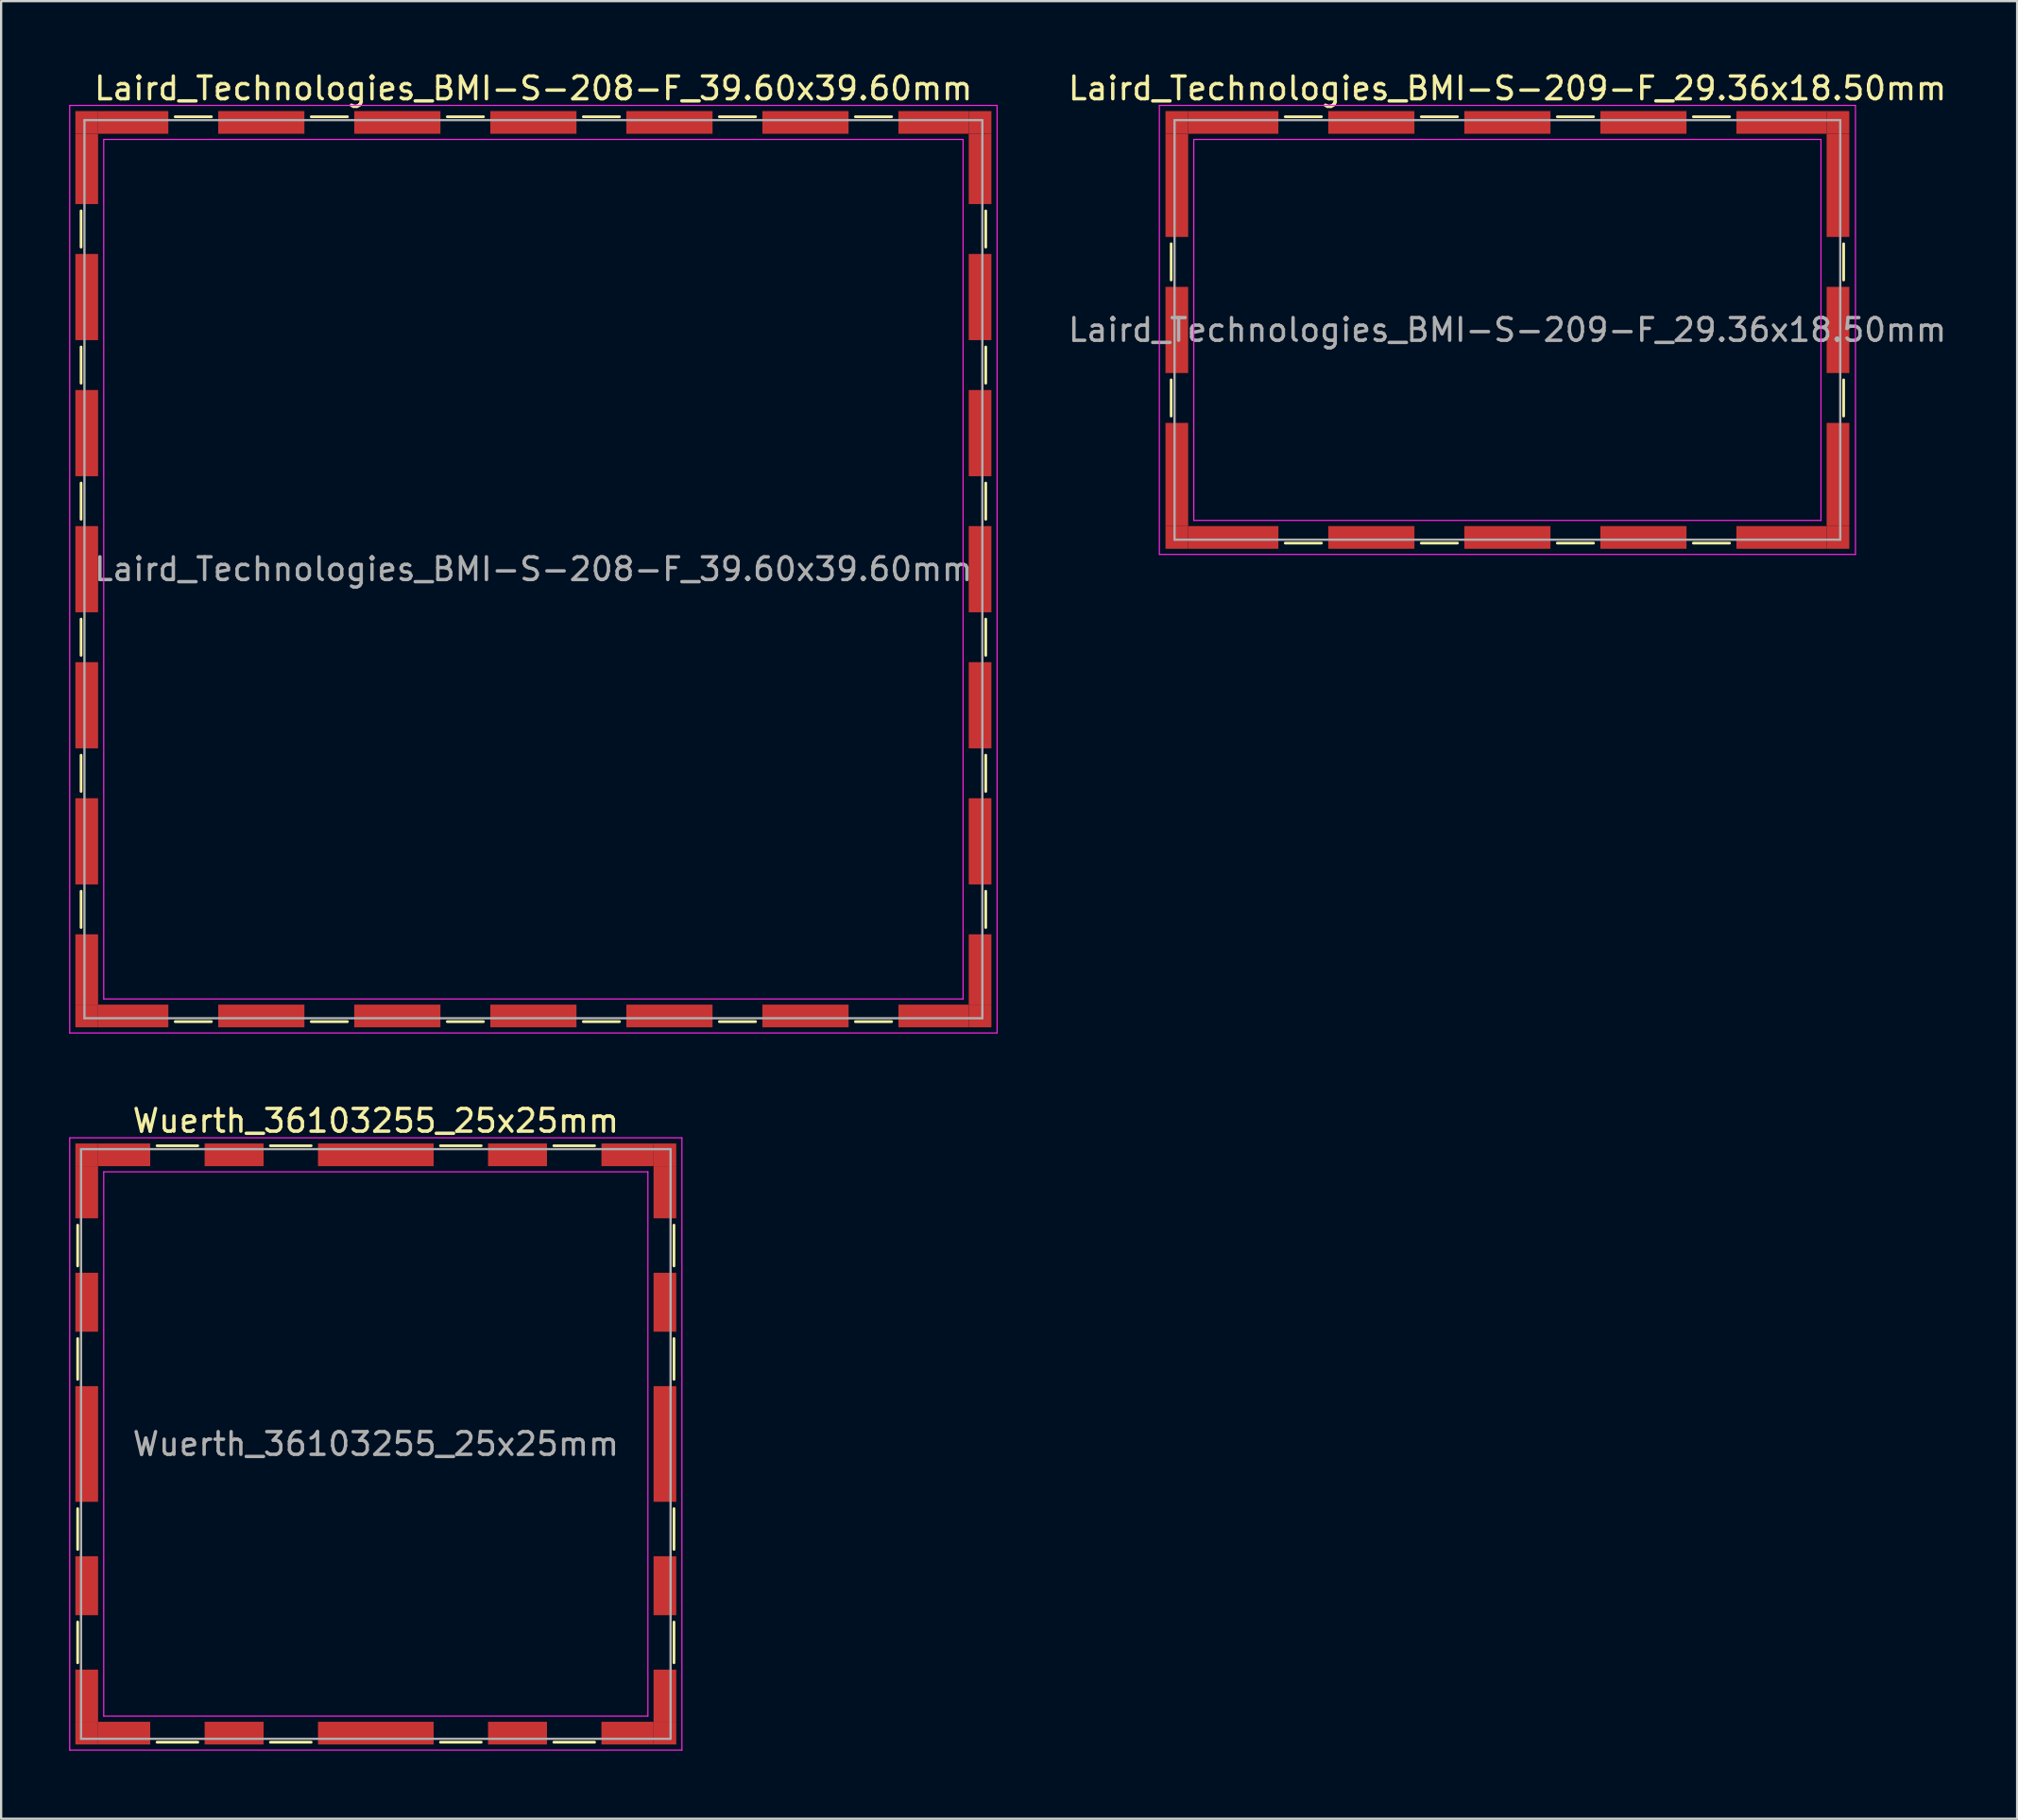
<source format=kicad_pcb>
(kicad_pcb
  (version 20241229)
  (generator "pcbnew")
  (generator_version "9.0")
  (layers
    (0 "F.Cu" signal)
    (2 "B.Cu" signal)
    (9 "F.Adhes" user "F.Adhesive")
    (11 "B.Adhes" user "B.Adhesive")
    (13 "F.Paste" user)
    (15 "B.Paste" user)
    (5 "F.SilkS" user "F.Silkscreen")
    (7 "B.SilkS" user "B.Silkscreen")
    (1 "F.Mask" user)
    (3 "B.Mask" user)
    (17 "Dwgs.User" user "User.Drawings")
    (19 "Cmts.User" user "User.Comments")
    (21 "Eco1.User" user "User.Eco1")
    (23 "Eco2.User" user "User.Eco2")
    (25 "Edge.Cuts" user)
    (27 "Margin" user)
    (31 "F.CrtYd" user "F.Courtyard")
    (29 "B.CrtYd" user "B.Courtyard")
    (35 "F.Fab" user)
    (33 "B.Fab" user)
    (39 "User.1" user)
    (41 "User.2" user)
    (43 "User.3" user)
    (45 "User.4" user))
  (footprint "Laird_Technologies_BMI-S-209-F_29.36x18.50mm"
    (layer "F.Cu")
    (at 63.432 11.498)
    (property "Reference" "Laird_Technologies_BMI-S-209-F_29.36x18.50mm" (at 0 -10.65 0) (layer "F.SilkS") (effects (font (size 1 1) (thickness 0.15))))
    (attr smd)
    (fp_line (start -14.83 -3.8) (end -14.83 -2.2) (stroke (width 0.12) (type solid)) (layer "F.SilkS"))
    (fp_line (start -14.83 2.2) (end -14.83 3.8) (stroke (width 0.12) (type solid)) (layer "F.SilkS"))
    (fp_line (start -9.8 -9.4) (end -8.2 -9.4) (stroke (width 0.12) (type solid)) (layer "F.SilkS"))
    (fp_line (start -9.8 9.4) (end -8.2 9.4) (stroke (width 0.12) (type solid)) (layer "F.SilkS"))
    (fp_line (start -3.8 -9.4) (end -2.2 -9.4) (stroke (width 0.12) (type solid)) (layer "F.SilkS"))
    (fp_line (start -3.8 9.4) (end -2.2 9.4) (stroke (width 0.12) (type solid)) (layer "F.SilkS"))
    (fp_line (start 2.2 -9.4) (end 3.8 -9.4) (stroke (width 0.12) (type solid)) (layer "F.SilkS"))
    (fp_line (start 2.2 9.4) (end 3.8 9.4) (stroke (width 0.12) (type solid)) (layer "F.SilkS"))
    (fp_line (start 8.2 -9.4) (end 9.8 -9.4) (stroke (width 0.12) (type solid)) (layer "F.SilkS"))
    (fp_line (start 8.2 9.4) (end 9.8 9.4) (stroke (width 0.12) (type solid)) (layer "F.SilkS"))
    (fp_line (start 14.83 -3.8) (end 14.83 -2.2) (stroke (width 0.12) (type solid)) (layer "F.SilkS"))
    (fp_line (start 14.83 2.2) (end 14.83 3.8) (stroke (width 0.12) (type solid)) (layer "F.SilkS"))
    (fp_line (start -15.35 -9.9) (end -15.35 9.9) (stroke (width 0.05) (type solid)) (layer "F.CrtYd"))
    (fp_line (start -15.35 9.9) (end 15.35 9.9) (stroke (width 0.05) (type solid)) (layer "F.CrtYd"))
    (fp_line (start -13.83 -8.4) (end -13.83 8.4) (stroke (width 0.05) (type solid)) (layer "F.CrtYd"))
    (fp_line (start 13.83 -8.4) (end -13.83 -8.4) (stroke (width 0.05) (type solid)) (layer "F.CrtYd"))
    (fp_line (start 13.83 -8.4) (end 13.83 8.4) (stroke (width 0.05) (type solid)) (layer "F.CrtYd"))
    (fp_line (start 13.83 8.4) (end -13.83 8.4) (stroke (width 0.05) (type solid)) (layer "F.CrtYd"))
    (fp_line (start 15.35 -9.9) (end -15.35 -9.9) (stroke (width 0.05) (type solid)) (layer "F.CrtYd"))
    (fp_line (start 15.35 9.9) (end 15.35 -9.9) (stroke (width 0.05) (type solid)) (layer "F.CrtYd"))
    (fp_line (start -14.68 -9.25) (end -14.68 9.25) (stroke (width 0.1) (type solid)) (layer "F.Fab"))
    (fp_line (start -14.68 9.25) (end 14.68 9.25) (stroke (width 0.1) (type solid)) (layer "F.Fab"))
    (fp_line (start 14.68 -9.25) (end -14.68 -9.25) (stroke (width 0.1) (type solid)) (layer "F.Fab"))
    (fp_line (start 14.68 9.25) (end 14.68 -9.25) (stroke (width 0.1) (type solid)) (layer "F.Fab"))
    (fp_text user "${REFERENCE}" (at 0 0 0) (layer "F.Fab") (effects (font (size 1 1) (thickness 0.15))))
    (pad "1" smd rect (at -14.58 -9.15) (size 1 1) (layers "F.Cu" "F.Mask" "F.Paste"))
    (pad "1" smd rect (at -14.58 -6.375) (size 1 4.55) (layers "F.Cu" "F.Mask" "F.Paste"))
    (pad "1" smd rect (at -14.58 0) (size 1 3.8) (layers "F.Cu" "F.Mask" "F.Paste"))
    (pad "1" smd rect (at -14.58 6.375) (size 1 4.55) (layers "F.Cu" "F.Mask" "F.Paste"))
    (pad "1" smd rect (at -14.58 9.15) (size 1 1) (layers "F.Cu" "F.Mask" "F.Paste"))
    (pad "1" smd rect (at -12.09 -9.15) (size 3.98 1) (layers "F.Cu" "F.Mask" "F.Paste"))
    (pad "1" smd rect (at -12.09 9.15) (size 3.98 1) (layers "F.Cu" "F.Mask" "F.Paste"))
    (pad "1" smd rect (at -6 -9.15) (size 3.8 1) (layers "F.Cu" "F.Mask" "F.Paste"))
    (pad "1" smd rect (at -6 9.15) (size 3.8 1) (layers "F.Cu" "F.Mask" "F.Paste"))
    (pad "1" smd rect (at 0 -9.15) (size 3.8 1) (layers "F.Cu" "F.Mask" "F.Paste"))
    (pad "1" smd rect (at 0 9.15) (size 3.8 1) (layers "F.Cu" "F.Mask" "F.Paste"))
    (pad "1" smd rect (at 6 -9.15) (size 3.8 1) (layers "F.Cu" "F.Mask" "F.Paste"))
    (pad "1" smd rect (at 6 9.15) (size 3.8 1) (layers "F.Cu" "F.Mask" "F.Paste"))
    (pad "1" smd rect (at 12.09 -9.15) (size 3.98 1) (layers "F.Cu" "F.Mask" "F.Paste"))
    (pad "1" smd rect (at 12.09 9.15) (size 3.98 1) (layers "F.Cu" "F.Mask" "F.Paste"))
    (pad "1" smd rect (at 14.58 -9.15) (size 1 1) (layers "F.Cu" "F.Mask" "F.Paste"))
    (pad "1" smd rect (at 14.58 -6.375) (size 1 4.55) (layers "F.Cu" "F.Mask" "F.Paste"))
    (pad "1" smd rect (at 14.58 0) (size 1 3.8) (layers "F.Cu" "F.Mask" "F.Paste"))
    (pad "1" smd rect (at 14.58 6.375) (size 1 4.55) (layers "F.Cu" "F.Mask" "F.Paste"))
    (pad "1" smd rect (at 14.58 9.15) (size 1 1) (layers "F.Cu" "F.Mask" "F.Paste")))
  (footprint "Laird_Technologies_BMI-S-208-F_39.60x39.60mm"
    (layer "F.Cu")
    (at 20.475 22.048)
    (property "Reference" "Laird_Technologies_BMI-S-208-F_39.60x39.60mm" (at 0 -21.2 0) (layer "F.SilkS") (effects (font (size 1 1) (thickness 0.15))))
    (attr smd)
    (fp_line (start -19.95 -15.8) (end -19.95 -14.2) (stroke (width 0.12) (type solid)) (layer "F.SilkS"))
    (fp_line (start -19.95 -9.8) (end -19.95 -8.2) (stroke (width 0.12) (type solid)) (layer "F.SilkS"))
    (fp_line (start -19.95 -3.8) (end -19.95 -2.2) (stroke (width 0.12) (type solid)) (layer "F.SilkS"))
    (fp_line (start -19.95 2.2) (end -19.95 3.8) (stroke (width 0.12) (type solid)) (layer "F.SilkS"))
    (fp_line (start -19.95 8.2) (end -19.95 9.8) (stroke (width 0.12) (type solid)) (layer "F.SilkS"))
    (fp_line (start -19.95 14.2) (end -19.95 15.8) (stroke (width 0.12) (type solid)) (layer "F.SilkS"))
    (fp_line (start -15.8 -19.95) (end -14.2 -19.95) (stroke (width 0.12) (type solid)) (layer "F.SilkS"))
    (fp_line (start -15.8 19.95) (end -14.2 19.95) (stroke (width 0.12) (type solid)) (layer "F.SilkS"))
    (fp_line (start -9.8 -19.95) (end -8.2 -19.95) (stroke (width 0.12) (type solid)) (layer "F.SilkS"))
    (fp_line (start -9.8 19.95) (end -8.2 19.95) (stroke (width 0.12) (type solid)) (layer "F.SilkS"))
    (fp_line (start -3.8 -19.95) (end -2.2 -19.95) (stroke (width 0.12) (type solid)) (layer "F.SilkS"))
    (fp_line (start -3.8 19.95) (end -2.2 19.95) (stroke (width 0.12) (type solid)) (layer "F.SilkS"))
    (fp_line (start 2.2 -19.95) (end 3.8 -19.95) (stroke (width 0.12) (type solid)) (layer "F.SilkS"))
    (fp_line (start 2.2 19.95) (end 3.8 19.95) (stroke (width 0.12) (type solid)) (layer "F.SilkS"))
    (fp_line (start 8.2 -19.95) (end 9.8 -19.95) (stroke (width 0.12) (type solid)) (layer "F.SilkS"))
    (fp_line (start 8.2 19.95) (end 9.8 19.95) (stroke (width 0.12) (type solid)) (layer "F.SilkS"))
    (fp_line (start 14.2 -19.95) (end 15.8 -19.95) (stroke (width 0.12) (type solid)) (layer "F.SilkS"))
    (fp_line (start 14.2 19.95) (end 15.8 19.95) (stroke (width 0.12) (type solid)) (layer "F.SilkS"))
    (fp_line (start 19.95 -15.8) (end 19.95 -14.2) (stroke (width 0.12) (type solid)) (layer "F.SilkS"))
    (fp_line (start 19.95 -9.8) (end 19.95 -8.2) (stroke (width 0.12) (type solid)) (layer "F.SilkS"))
    (fp_line (start 19.95 -3.8) (end 19.95 -2.2) (stroke (width 0.12) (type solid)) (layer "F.SilkS"))
    (fp_line (start 19.95 2.2) (end 19.95 3.8) (stroke (width 0.12) (type solid)) (layer "F.SilkS"))
    (fp_line (start 19.95 8.2) (end 19.95 9.8) (stroke (width 0.12) (type solid)) (layer "F.SilkS"))
    (fp_line (start 19.95 14.2) (end 19.95 15.8) (stroke (width 0.12) (type solid)) (layer "F.SilkS"))
    (fp_line (start -20.45 -20.45) (end -20.45 20.45) (stroke (width 0.05) (type solid)) (layer "F.CrtYd"))
    (fp_line (start -20.45 20.45) (end 20.45 20.45) (stroke (width 0.05) (type solid)) (layer "F.CrtYd"))
    (fp_line (start -18.95 -18.95) (end -18.95 18.95) (stroke (width 0.05) (type solid)) (layer "F.CrtYd"))
    (fp_line (start 18.95 -18.95) (end -18.95 -18.95) (stroke (width 0.05) (type solid)) (layer "F.CrtYd"))
    (fp_line (start 18.95 -18.95) (end 18.95 18.95) (stroke (width 0.05) (type solid)) (layer "F.CrtYd"))
    (fp_line (start 18.95 18.95) (end -18.95 18.95) (stroke (width 0.05) (type solid)) (layer "F.CrtYd"))
    (fp_line (start 20.45 -20.45) (end -20.45 -20.45) (stroke (width 0.05) (type solid)) (layer "F.CrtYd"))
    (fp_line (start 20.45 20.45) (end 20.45 -20.45) (stroke (width 0.05) (type solid)) (layer "F.CrtYd"))
    (fp_line (start -19.8 -19.8) (end -19.8 19.8) (stroke (width 0.1) (type solid)) (layer "F.Fab"))
    (fp_line (start -19.8 19.8) (end 19.8 19.8) (stroke (width 0.1) (type solid)) (layer "F.Fab"))
    (fp_line (start 19.8 -19.8) (end -19.8 -19.8) (stroke (width 0.1) (type solid)) (layer "F.Fab"))
    (fp_line (start 19.8 19.8) (end 19.8 -19.8) (stroke (width 0.1) (type solid)) (layer "F.Fab"))
    (fp_text user "${REFERENCE}" (at 0 0 0) (layer "F.Fab") (effects (font (size 1 1) (thickness 0.15))))
    (pad "1" smd rect (at -19.7 -19.7) (size 1 1) (layers "F.Cu" "F.Mask" "F.Paste"))
    (pad "1" smd rect (at -19.7 -17.65) (size 1 3.1) (layers "F.Cu" "F.Mask" "F.Paste"))
    (pad "1" smd rect (at -19.7 -12) (size 1 3.8) (layers "F.Cu" "F.Mask" "F.Paste"))
    (pad "1" smd rect (at -19.7 -6) (size 1 3.8) (layers "F.Cu" "F.Mask" "F.Paste"))
    (pad "1" smd rect (at -19.7 0) (size 1 3.8) (layers "F.Cu" "F.Mask" "F.Paste"))
    (pad "1" smd rect (at -19.7 6) (size 1 3.8) (layers "F.Cu" "F.Mask" "F.Paste"))
    (pad "1" smd rect (at -19.7 12) (size 1 3.8) (layers "F.Cu" "F.Mask" "F.Paste"))
    (pad "1" smd rect (at -19.7 17.65) (size 1 3.1) (layers "F.Cu" "F.Mask" "F.Paste"))
    (pad "1" smd rect (at -19.7 19.7) (size 1 1) (layers "F.Cu" "F.Mask" "F.Paste"))
    (pad "1" smd rect (at -17.65 -19.7) (size 3.1 1) (layers "F.Cu" "F.Mask" "F.Paste"))
    (pad "1" smd rect (at -17.65 19.7) (size 3.1 1) (layers "F.Cu" "F.Mask" "F.Paste"))
    (pad "1" smd rect (at -12 -19.7) (size 3.8 1) (layers "F.Cu" "F.Mask" "F.Paste"))
    (pad "1" smd rect (at -12 19.7) (size 3.8 1) (layers "F.Cu" "F.Mask" "F.Paste"))
    (pad "1" smd rect (at -6 -19.7) (size 3.8 1) (layers "F.Cu" "F.Mask" "F.Paste"))
    (pad "1" smd rect (at -6 19.7) (size 3.8 1) (layers "F.Cu" "F.Mask" "F.Paste"))
    (pad "1" smd rect (at 0 -19.7) (size 3.8 1) (layers "F.Cu" "F.Mask" "F.Paste"))
    (pad "1" smd rect (at 0 19.7) (size 3.8 1) (layers "F.Cu" "F.Mask" "F.Paste"))
    (pad "1" smd rect (at 6 -19.7) (size 3.8 1) (layers "F.Cu" "F.Mask" "F.Paste"))
    (pad "1" smd rect (at 6 19.7) (size 3.8 1) (layers "F.Cu" "F.Mask" "F.Paste"))
    (pad "1" smd rect (at 12 -19.7) (size 3.8 1) (layers "F.Cu" "F.Mask" "F.Paste"))
    (pad "1" smd rect (at 12 19.7) (size 3.8 1) (layers "F.Cu" "F.Mask" "F.Paste"))
    (pad "1" smd rect (at 17.65 -19.7) (size 3.1 1) (layers "F.Cu" "F.Mask" "F.Paste"))
    (pad "1" smd rect (at 17.65 19.7) (size 3.1 1) (layers "F.Cu" "F.Mask" "F.Paste"))
    (pad "1" smd rect (at 19.7 -19.7) (size 1 1) (layers "F.Cu" "F.Mask" "F.Paste"))
    (pad "1" smd rect (at 19.7 -17.65) (size 1 3.1) (layers "F.Cu" "F.Mask" "F.Paste"))
    (pad "1" smd rect (at 19.7 -12) (size 1 3.8) (layers "F.Cu" "F.Mask" "F.Paste"))
    (pad "1" smd rect (at 19.7 -6) (size 1 3.8) (layers "F.Cu" "F.Mask" "F.Paste"))
    (pad "1" smd rect (at 19.7 0) (size 1 3.8) (layers "F.Cu" "F.Mask" "F.Paste"))
    (pad "1" smd rect (at 19.7 6) (size 1 3.8) (layers "F.Cu" "F.Mask" "F.Paste"))
    (pad "1" smd rect (at 19.7 12) (size 1 3.8) (layers "F.Cu" "F.Mask" "F.Paste"))
    (pad "1" smd rect (at 19.7 17.65) (size 1 3.1) (layers "F.Cu" "F.Mask" "F.Paste"))
    (pad "1" smd rect (at 19.7 19.7) (size 1 1) (layers "F.Cu" "F.Mask" "F.Paste")))
  (footprint "Wuerth_36103255_25x25mm"
    (layer "F.Cu")
    (at 13.525 60.621)
    (property "Reference" "Wuerth_36103255_25x25mm" (at 0 -14.25 0) (layer "F.SilkS") (effects (font (size 1 1) (thickness 0.15))))
    (attr smd)
    (fp_line (start -13.15 -9.65) (end -13.15 -7.85) (stroke (width 0.12) (type solid)) (layer "F.SilkS"))
    (fp_line (start -13.15 -4.65) (end -13.15 -2.85) (stroke (width 0.12) (type solid)) (layer "F.SilkS"))
    (fp_line (start -13.15 2.85) (end -13.15 4.65) (stroke (width 0.12) (type solid)) (layer "F.SilkS"))
    (fp_line (start -13.15 7.85) (end -13.15 9.65) (stroke (width 0.12) (type solid)) (layer "F.SilkS"))
    (fp_line (start -9.65 -13.15) (end -7.85 -13.15) (stroke (width 0.12) (type solid)) (layer "F.SilkS"))
    (fp_line (start -9.65 13.15) (end -7.85 13.15) (stroke (width 0.12) (type solid)) (layer "F.SilkS"))
    (fp_line (start -4.65 -13.15) (end -2.85 -13.15) (stroke (width 0.12) (type solid)) (layer "F.SilkS"))
    (fp_line (start -4.65 13.15) (end -2.85 13.15) (stroke (width 0.12) (type solid)) (layer "F.SilkS"))
    (fp_line (start 2.85 -13.15) (end 4.65 -13.15) (stroke (width 0.12) (type solid)) (layer "F.SilkS"))
    (fp_line (start 2.85 13.15) (end 4.65 13.15) (stroke (width 0.12) (type solid)) (layer "F.SilkS"))
    (fp_line (start 7.85 -13.15) (end 9.65 -13.15) (stroke (width 0.12) (type solid)) (layer "F.SilkS"))
    (fp_line (start 7.85 13.15) (end 9.65 13.15) (stroke (width 0.12) (type solid)) (layer "F.SilkS"))
    (fp_line (start 13.15 -9.65) (end 13.15 -7.85) (stroke (width 0.12) (type solid)) (layer "F.SilkS"))
    (fp_line (start 13.15 -4.65) (end 13.15 -2.85) (stroke (width 0.12) (type solid)) (layer "F.SilkS"))
    (fp_line (start 13.15 2.85) (end 13.15 4.65) (stroke (width 0.12) (type solid)) (layer "F.SilkS"))
    (fp_line (start 13.15 7.85) (end 13.15 9.65) (stroke (width 0.12) (type solid)) (layer "F.SilkS"))
    (fp_line (start -13.5 -13.5) (end -13.5 13.5) (stroke (width 0.05) (type solid)) (layer "F.CrtYd"))
    (fp_line (start -13.5 13.5) (end 13.5 13.5) (stroke (width 0.05) (type solid)) (layer "F.CrtYd"))
    (fp_line (start -12 -12) (end -12 12) (stroke (width 0.05) (type solid)) (layer "F.CrtYd"))
    (fp_line (start -12 12) (end 12 12) (stroke (width 0.05) (type solid)) (layer "F.CrtYd"))
    (fp_line (start 12 -12) (end -12 -12) (stroke (width 0.05) (type solid)) (layer "F.CrtYd"))
    (fp_line (start 12 12) (end 12 -12) (stroke (width 0.05) (type solid)) (layer "F.CrtYd"))
    (fp_line (start 13.5 -13.5) (end -13.5 -13.5) (stroke (width 0.05) (type solid)) (layer "F.CrtYd"))
    (fp_line (start 13.5 13.5) (end 13.5 -13.5) (stroke (width 0.05) (type solid)) (layer "F.CrtYd"))
    (fp_line (start -13 -13) (end -13 13) (stroke (width 0.1) (type solid)) (layer "F.Fab"))
    (fp_line (start -13 13) (end 13 13) (stroke (width 0.1) (type solid)) (layer "F.Fab"))
    (fp_line (start 13 -13) (end -13 -13) (stroke (width 0.1) (type solid)) (layer "F.Fab"))
    (fp_line (start 13 13) (end 13 -13) (stroke (width 0.1) (type solid)) (layer "F.Fab"))
    (fp_text user "${REFERENCE}" (at 0 0 0) (layer "F.Fab") (effects (font (size 1 1) (thickness 0.15))))
    (pad "1" smd rect (at -12.75 -12.75) (size 1 1) (layers "F.Cu" "F.Mask" "F.Paste"))
    (pad "1" smd rect (at -12.75 -11.1) (size 1 2.3) (layers "F.Cu" "F.Mask" "F.Paste"))
    (pad "1" smd rect (at -12.75 -6.25) (size 1 2.6) (layers "F.Cu" "F.Mask" "F.Paste"))
    (pad "1" smd rect (at -12.75 0) (size 1 5.1) (layers "F.Cu" "F.Mask" "F.Paste"))
    (pad "1" smd rect (at -12.75 6.25) (size 1 2.6) (layers "F.Cu" "F.Mask" "F.Paste"))
    (pad "1" smd rect (at -12.75 11.1) (size 1 2.3) (layers "F.Cu" "F.Mask" "F.Paste"))
    (pad "1" smd rect (at -12.75 12.75) (size 1 1) (layers "F.Cu" "F.Mask" "F.Paste"))
    (pad "1" smd rect (at -11.1 -12.75) (size 2.3 1) (layers "F.Cu" "F.Mask" "F.Paste"))
    (pad "1" smd rect (at -11.1 12.75) (size 2.3 1) (layers "F.Cu" "F.Mask" "F.Paste"))
    (pad "1" smd rect (at -6.25 -12.75) (size 2.6 1) (layers "F.Cu" "F.Mask" "F.Paste"))
    (pad "1" smd rect (at -6.25 12.75) (size 2.6 1) (layers "F.Cu" "F.Mask" "F.Paste"))
    (pad "1" smd rect (at 0 -12.75) (size 5.1 1) (layers "F.Cu" "F.Mask" "F.Paste"))
    (pad "1" smd rect (at 0 12.75) (size 5.1 1) (layers "F.Cu" "F.Mask" "F.Paste"))
    (pad "1" smd rect (at 6.25 -12.75) (size 2.6 1) (layers "F.Cu" "F.Mask" "F.Paste"))
    (pad "1" smd rect (at 6.25 12.75) (size 2.6 1) (layers "F.Cu" "F.Mask" "F.Paste"))
    (pad "1" smd rect (at 11.1 -12.75) (size 2.3 1) (layers "F.Cu" "F.Mask" "F.Paste"))
    (pad "1" smd rect (at 11.1 12.75) (size 2.3 1) (layers "F.Cu" "F.Mask" "F.Paste"))
    (pad "1" smd rect (at 12.75 -12.75) (size 1 1) (layers "F.Cu" "F.Mask" "F.Paste"))
    (pad "1" smd rect (at 12.75 -11.1) (size 1 2.3) (layers "F.Cu" "F.Mask" "F.Paste"))
    (pad "1" smd rect (at 12.75 -6.25) (size 1 2.6) (layers "F.Cu" "F.Mask" "F.Paste"))
    (pad "1" smd rect (at 12.75 0) (size 1 5.1) (layers "F.Cu" "F.Mask" "F.Paste"))
    (pad "1" smd rect (at 12.75 6.25) (size 1 2.6) (layers "F.Cu" "F.Mask" "F.Paste"))
    (pad "1" smd rect (at 12.75 11.1) (size 1 2.3) (layers "F.Cu" "F.Mask" "F.Paste"))
    (pad "1" smd rect (at 12.75 12.75) (size 1 1) (layers "F.Cu" "F.Mask" "F.Paste")))
  (gr_rect
    (start -3 -3)
    (end 85.914 77.147)
    (stroke (width 0.1) (type default))
    (fill no)
    (layer "Edge.Cuts")))
</source>
